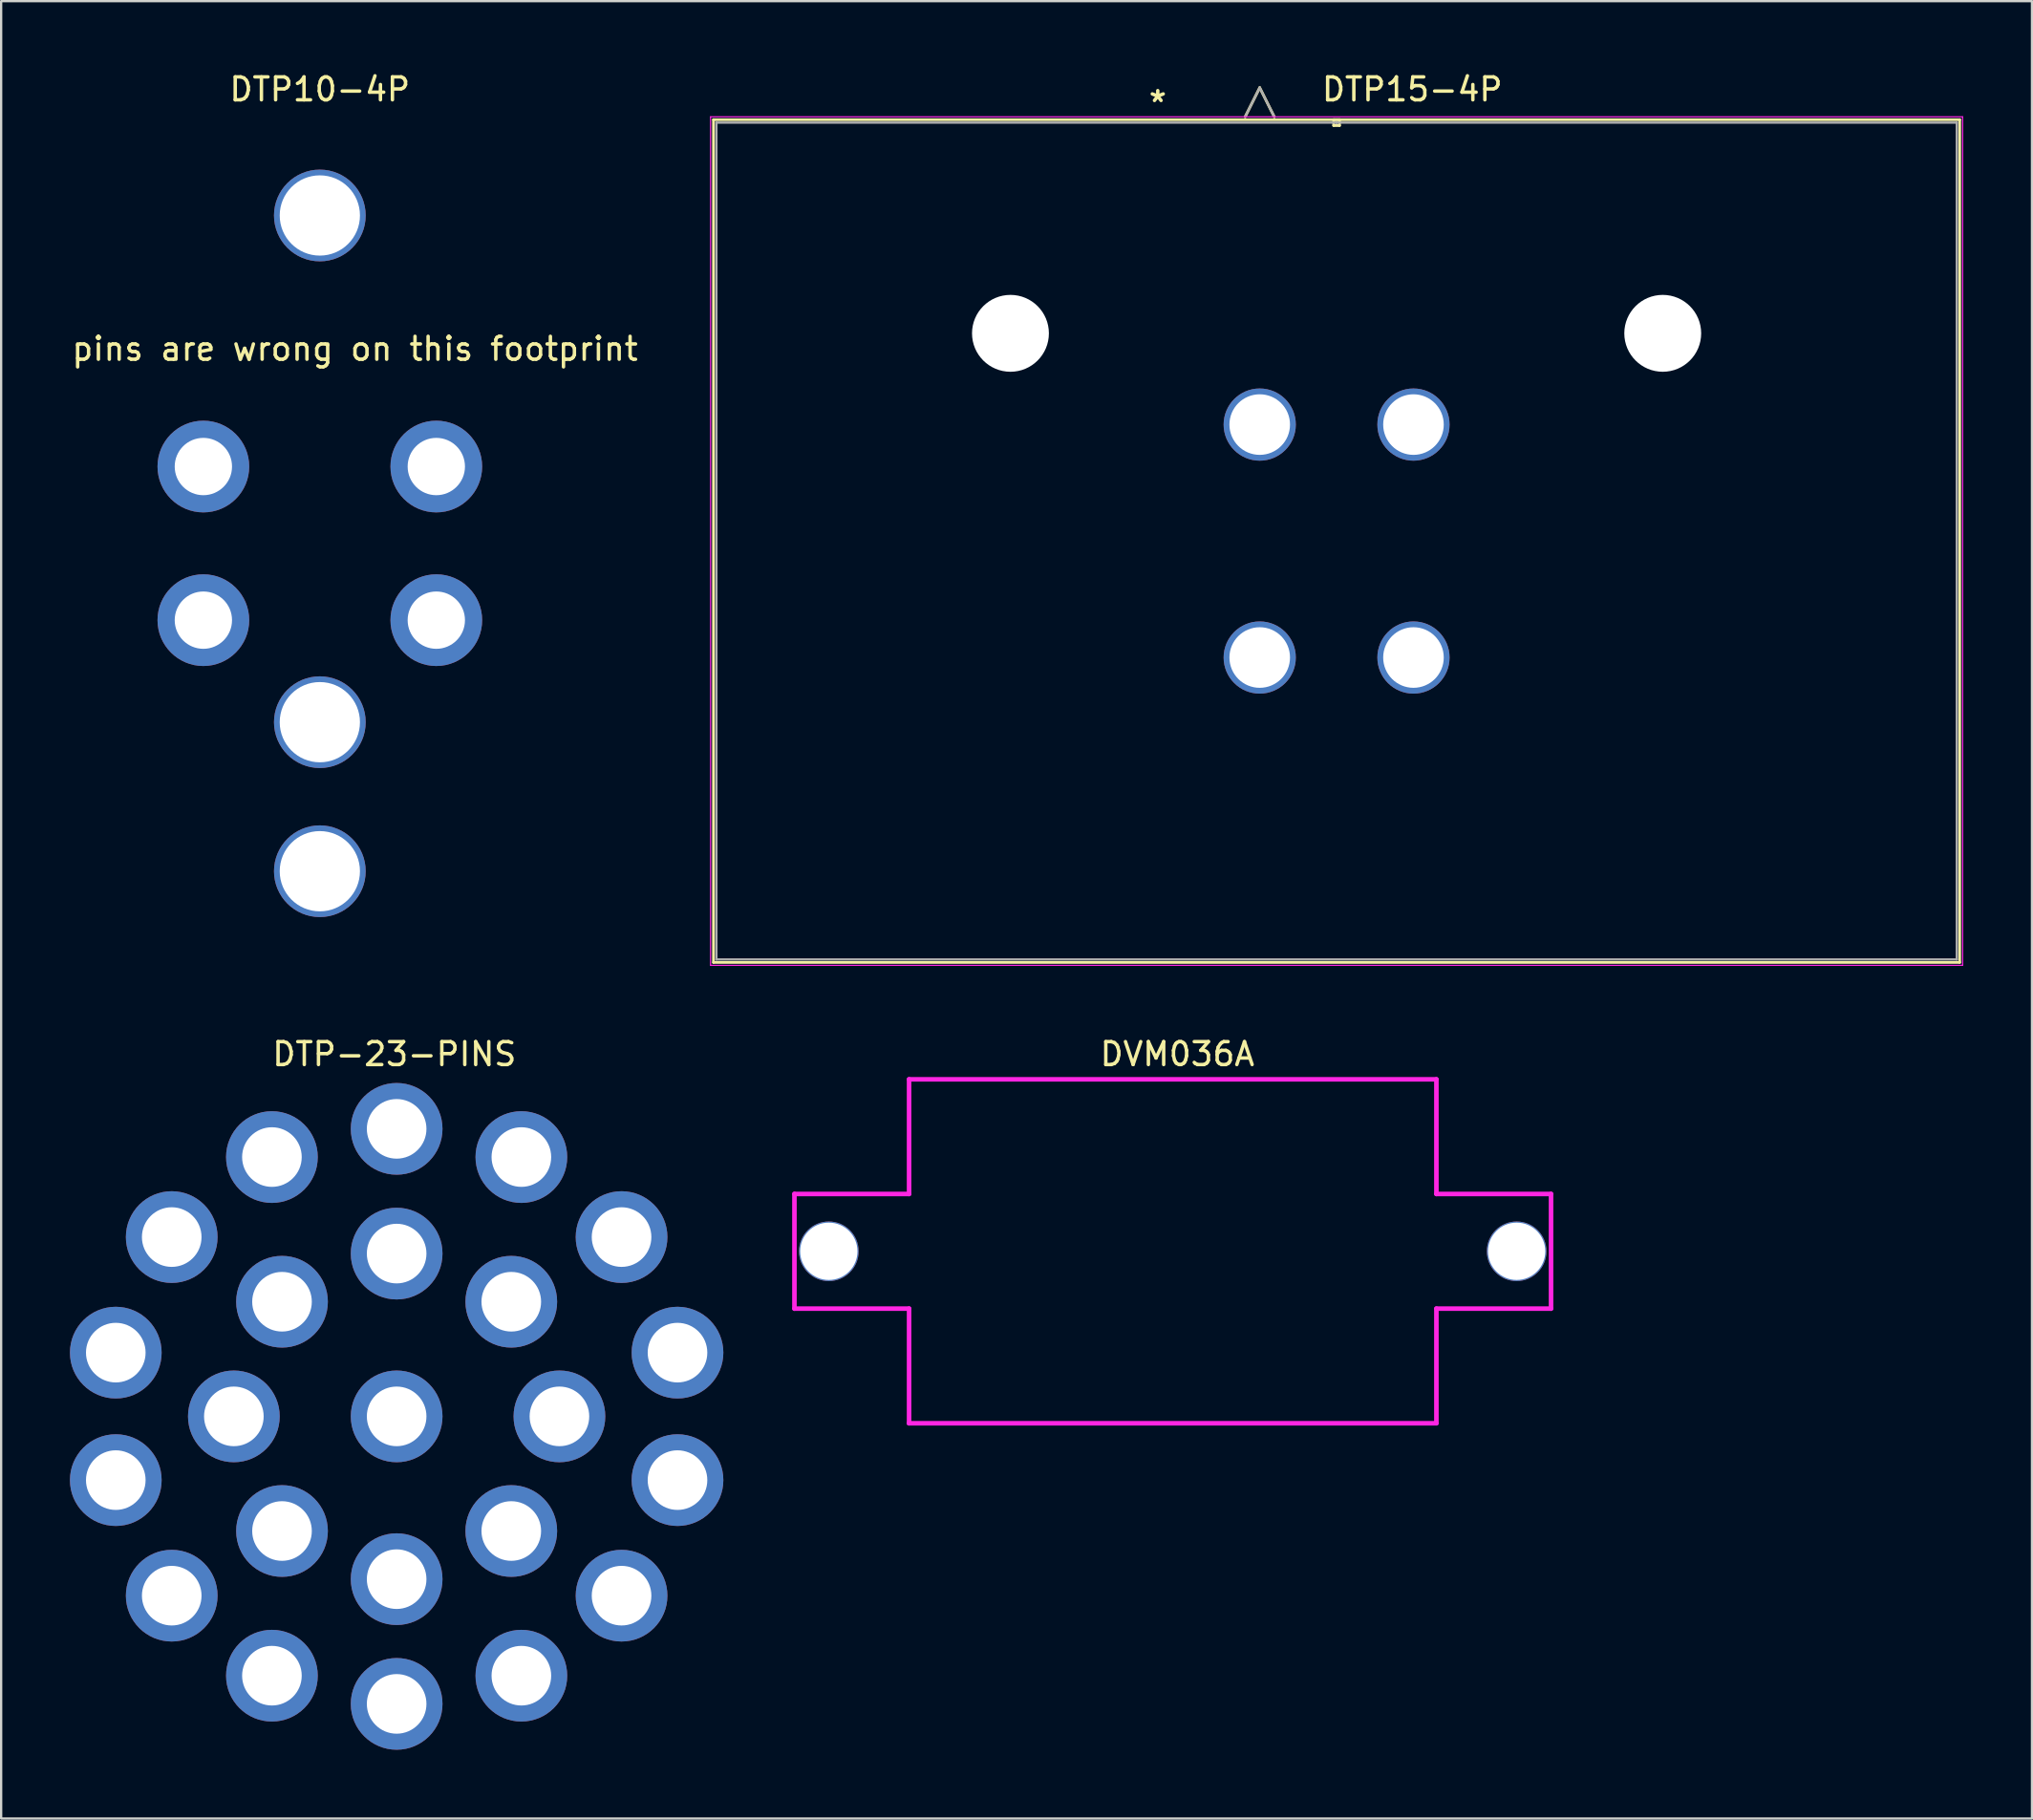
<source format=kicad_pcb>
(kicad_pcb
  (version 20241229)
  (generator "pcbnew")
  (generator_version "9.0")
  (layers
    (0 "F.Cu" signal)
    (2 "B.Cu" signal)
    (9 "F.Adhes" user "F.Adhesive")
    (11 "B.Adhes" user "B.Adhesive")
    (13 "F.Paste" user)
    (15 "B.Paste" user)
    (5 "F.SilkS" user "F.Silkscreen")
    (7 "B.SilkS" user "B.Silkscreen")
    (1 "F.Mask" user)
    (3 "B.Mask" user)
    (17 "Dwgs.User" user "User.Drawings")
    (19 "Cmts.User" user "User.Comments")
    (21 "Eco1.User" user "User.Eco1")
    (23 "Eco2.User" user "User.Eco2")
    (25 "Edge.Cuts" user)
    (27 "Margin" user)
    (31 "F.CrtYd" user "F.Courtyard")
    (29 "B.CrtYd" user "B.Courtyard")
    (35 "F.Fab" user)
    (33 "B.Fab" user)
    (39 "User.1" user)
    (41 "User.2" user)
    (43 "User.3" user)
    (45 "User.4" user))
  (footprint "DTP-23-PINS"
    (layer "F.Cu")
    (at 14.25 58.725)
    (property "Reference" "DTP-23-PINS" (at -0.1 -15.8 0) (unlocked yes) (layer "F.SilkS") (effects (font (size 1 1) (thickness 0.15))))
    (attr through_hole)
    (pad "A" thru_hole circle (at 0 0) (size 4 4) (drill 2.6) (layers "*.Cu" "*.Mask"))
    (pad "B" thru_hole circle (at -5 -5) (size 4 4) (drill 2.6) (layers "*.Cu" "*.Mask"))
    (pad "C" thru_hole circle (at -7.1 0) (size 4 4) (drill 2.6) (layers "*.Cu" "*.Mask"))
    (pad "D" thru_hole circle (at -5 5) (size 4 4) (drill 2.6) (layers "*.Cu" "*.Mask"))
    (pad "E" thru_hole circle (at 0 7.1) (size 4 4) (drill 2.6) (layers "*.Cu" "*.Mask"))
    (pad "F" thru_hole circle (at 5 5) (size 4 4) (drill 2.6) (layers "*.Cu" "*.Mask"))
    (pad "G" thru_hole circle (at 7.1 0) (size 4 4) (drill 2.6) (layers "*.Cu" "*.Mask"))
    (pad "H" thru_hole circle (at 5 -5) (size 4 4) (drill 2.6) (layers "*.Cu" "*.Mask"))
    (pad "J" thru_hole circle (at 0 -7.1) (size 4 4) (drill 2.6) (layers "*.Cu" "*.Mask"))
    (pad "K" thru_hole circle (at -5.44 -11.31) (size 4 4) (drill 2.6) (layers "*.Cu" "*.Mask"))
    (pad "L" thru_hole circle (at -9.81 -7.82) (size 4 4) (drill 2.6) (layers "*.Cu" "*.Mask"))
    (pad "M" thru_hole circle (at -12.25 -2.78) (size 4 4) (drill 2.6) (layers "*.Cu" "*.Mask"))
    (pad "N" thru_hole circle (at -12.25 2.78) (size 4 4) (drill 2.6) (layers "*.Cu" "*.Mask"))
    (pad "O" thru_hole circle (at -9.81 7.82) (size 4 4) (drill 2.6) (layers "*.Cu" "*.Mask"))
    (pad "P" thru_hole circle (at -5.44 11.31) (size 4 4) (drill 2.6) (layers "*.Cu" "*.Mask"))
    (pad "Q" thru_hole circle (at 0 12.54) (size 4 4) (drill 2.6) (layers "*.Cu" "*.Mask"))
    (pad "R" thru_hole circle (at 5.44 11.31) (size 4 4) (drill 2.6) (layers "*.Cu" "*.Mask"))
    (pad "S" thru_hole circle (at 9.81 7.82) (size 4 4) (drill 2.6) (layers "*.Cu" "*.Mask"))
    (pad "T" thru_hole circle (at 12.25 2.78) (size 4 4) (drill 2.6) (layers "*.Cu" "*.Mask"))
    (pad "U" thru_hole circle (at 12.25 -2.78) (size 4 4) (drill 2.6) (layers "*.Cu" "*.Mask"))
    (pad "V" thru_hole circle (at 9.81 -7.82) (size 4 4) (drill 2.6) (layers "*.Cu" "*.Mask"))
    (pad "W" thru_hole circle (at 5.44 -11.31) (size 4 4) (drill 2.6) (layers "*.Cu" "*.Mask"))
    (pad "X" thru_hole circle (at 0 -12.54) (size 4 4) (drill 2.6) (layers "*.Cu" "*.Mask")))
  (footprint "DVM036A"
    (layer "F.Cu")
    (at 49.2 48.325)
    (property "Reference" "DVM036A" (at -0.9 -5.4 0) (unlocked yes) (layer "F.SilkS") (effects (font (size 1 1) (thickness 0.15))))
    (attr through_hole)
    (fp_line (start -17.6 0.7) (end -17.6 5.7) (stroke (width 0.2) (type solid)) (layer "F.CrtYd"))
    (fp_line (start -17.6 5.7) (end -12.6 5.7) (stroke (width 0.2) (type solid)) (layer "F.CrtYd"))
    (fp_line (start -12.6 -4.3) (end -12.6 0.7) (stroke (width 0.2) (type solid)) (layer "F.CrtYd"))
    (fp_line (start -12.6 0.7) (end -17.6 0.7) (stroke (width 0.2) (type solid)) (layer "F.CrtYd"))
    (fp_line (start -12.6 5.7) (end -12.6 10.7) (stroke (width 0.2) (type solid)) (layer "F.CrtYd"))
    (fp_line (start -12.6 10.7) (end -12.6 10.7) (stroke (width 0.2) (type solid)) (layer "F.CrtYd"))
    (fp_line (start -12.6 10.7) (end 10.4 10.7) (stroke (width 0.2) (type solid)) (layer "F.CrtYd"))
    (fp_line (start 10.4 -4.3) (end -12.6 -4.3) (stroke (width 0.2) (type solid)) (layer "F.CrtYd"))
    (fp_line (start 10.4 0.7) (end 10.4 -4.3) (stroke (width 0.2) (type solid)) (layer "F.CrtYd"))
    (fp_line (start 10.4 5.7) (end 15.4 5.7) (stroke (width 0.2) (type solid)) (layer "F.CrtYd"))
    (fp_line (start 10.4 10.7) (end 10.4 5.7) (stroke (width 0.2) (type solid)) (layer "F.CrtYd"))
    (fp_line (start 15.4 0.7) (end 10.4 0.7) (stroke (width 0.2) (type solid)) (layer "F.CrtYd"))
    (fp_line (start 15.4 5.7) (end 15.4 0.7) (stroke (width 0.2) (type solid)) (layer "F.CrtYd"))
    (pad "" np_thru_hole circle (at -16.1 3.2) (size 2.6 2.6) (drill 2.5) (layers "*.Cu" "*.Mask"))
    (pad "" np_thru_hole circle (at 13.9 3.2) (size 2.6 2.6) (drill 2.5) (layers "*.Cu" "*.Mask")))
  (footprint "DTP10-4P"
    (layer "F.Cu")
    (at 10.9 20.648)
    (property "Reference" "DTP10-4P" (at 0 -19.8 0) (unlocked yes) (layer "F.SilkS") (effects (font (size 1 1) (thickness 0.15))))
    (attr through_hole)
    (fp_text user "pins are wrong on this footprint" (at -10.9 -7.9 0) (unlocked yes) (layer "F.SilkS") (effects (font (size 1 1) (thickness 0.15)) (justify left bottom)))
    (pad "" np_thru_hole circle (at 0 -14.3) (size 4 4) (drill 3.5) (layers "*.Cu" "*.Mask"))
    (pad "" np_thru_hole circle (at 0 7.8) (size 4 4) (drill 3.5) (layers "*.Cu" "*.Mask"))
    (pad "" np_thru_hole circle (at 0 14.3) (size 4 4) (drill 3.5) (layers "*.Cu" "*.Mask"))
    (pad "1" thru_hole circle (at -5.08 -3.35) (size 4 4) (drill 2.5) (layers "*.Cu" "*.Mask"))
    (pad "2" thru_hole circle (at -5.08 3.35) (size 4 4) (drill 2.5) (layers "*.Cu" "*.Mask"))
    (pad "3" thru_hole circle (at 5.08 3.35) (size 4 4) (drill 2.5) (layers "*.Cu" "*.Mask"))
    (pad "4" thru_hole circle (at 5.08 -3.35) (size 4 4) (drill 2.5) (layers "*.Cu" "*.Mask")))
  (footprint "DTP15-4P"
    (layer "F.Cu")
    (at 55.247 20.548)
    (property "Reference" "DTP15-4P" (at 3.3 -19.7 0) (layer "F.SilkS") (effects (font (size 1 1) (thickness 0.15))))
    (attr through_hole)
    (fp_line (start -27.178 -18.377) (end -27.178 18.377) (stroke (width 0.12) (type solid)) (layer "F.SilkS"))
    (fp_line (start -27.178 18.377) (end 27.178 18.377) (stroke (width 0.12) (type solid)) (layer "F.SilkS"))
    (fp_line (start -3.988 -18.504) (end -3.353 -19.774) (stroke (width 0.12) (type solid)) (layer "F.SilkS"))
    (fp_line (start -2.718 -18.504) (end -3.353 -19.774) (stroke (width 0.12) (type solid)) (layer "F.SilkS"))
    (fp_line (start -0.127 -18.377) (end -0.127 -18.123) (stroke (width 0.12) (type solid)) (layer "F.SilkS"))
    (fp_line (start -0.127 -18.123) (end 0.127 -18.123) (stroke (width 0.12) (type solid)) (layer "F.SilkS"))
    (fp_line (start 0.127 -18.377) (end -0.127 -18.377) (stroke (width 0.12) (type solid)) (layer "F.SilkS"))
    (fp_line (start 0.127 -18.123) (end 0.127 -18.377) (stroke (width 0.12) (type solid)) (layer "F.SilkS"))
    (fp_line (start 27.178 -18.377) (end -27.178 -18.377) (stroke (width 0.12) (type solid)) (layer "F.SilkS"))
    (fp_line (start 27.178 18.377) (end 27.178 -18.377) (stroke (width 0.12) (type solid)) (layer "F.SilkS"))
    (fp_line (start -27.305 -18.504) (end -27.305 18.504) (stroke (width 0.05) (type solid)) (layer "F.CrtYd"))
    (fp_line (start -27.305 18.504) (end 27.305 18.504) (stroke (width 0.05) (type solid)) (layer "F.CrtYd"))
    (fp_line (start 27.305 -18.504) (end -27.305 -18.504) (stroke (width 0.05) (type solid)) (layer "F.CrtYd"))
    (fp_line (start 27.305 18.504) (end 27.305 -18.504) (stroke (width 0.05) (type solid)) (layer "F.CrtYd"))
    (fp_line (start -27.051 -18.25) (end -27.051 18.25) (stroke (width 0.1) (type solid)) (layer "F.Fab"))
    (fp_line (start -27.051 18.25) (end 27.051 18.25) (stroke (width 0.1) (type solid)) (layer "F.Fab"))
    (fp_line (start -3.988 -18.504) (end -3.353 -19.774) (stroke (width 0.1) (type solid)) (layer "F.Fab"))
    (fp_line (start -2.718 -18.504) (end -3.353 -19.774) (stroke (width 0.1) (type solid)) (layer "F.Fab"))
    (fp_line (start 0 -18.25) (end 0 -18.25) (stroke (width 0.1) (type solid)) (layer "F.Fab"))
    (fp_line (start 0 -18.25) (end 0 -18.25) (stroke (width 0.1) (type solid)) (layer "F.Fab"))
    (fp_line (start 0 -18.25) (end 0 -18.25) (stroke (width 0.1) (type solid)) (layer "F.Fab"))
    (fp_line (start 0 -18.25) (end 0 -18.25) (stroke (width 0.1) (type solid)) (layer "F.Fab"))
    (fp_line (start 27.051 -18.25) (end -27.051 -18.25) (stroke (width 0.1) (type solid)) (layer "F.Fab"))
    (fp_line (start 27.051 18.25) (end 27.051 -18.25) (stroke (width 0.1) (type solid)) (layer "F.Fab"))
    (fp_text user "*" (at -7.8 -19.1 0) (layer "F.SilkS") (effects (font (size 1 1) (thickness 0.15))))
    (pad "" np_thru_hole circle (at -14.225 -9.06) (size 3.353 3.353) (drill 3.353) (layers "*.Cu" "*.Mask"))
    (pad "" np_thru_hole circle (at 14.225 -9.06) (size 3.353 3.353) (drill 3.353) (layers "*.Cu" "*.Mask"))
    (pad "1" thru_hole circle (at -3.353 -5.08) (size 3.15 3.15) (drill 2.642) (layers "*.Cu" "*.Mask"))
    (pad "2" thru_hole circle (at 3.353 -5.08) (size 3.15 3.15) (drill 2.642) (layers "*.Cu" "*.Mask"))
    (pad "3" thru_hole circle (at 3.353 5.08) (size 3.15 3.15) (drill 2.642) (layers "*.Cu" "*.Mask"))
    (pad "4" thru_hole circle (at -3.353 5.08) (size 3.15 3.15) (drill 2.642) (layers "*.Cu" "*.Mask")))
  (gr_rect
    (start -3 -3)
    (end 85.577 76.265)
    (stroke (width 0.1) (type default))
    (fill no)
    (layer "Edge.Cuts")))
</source>
